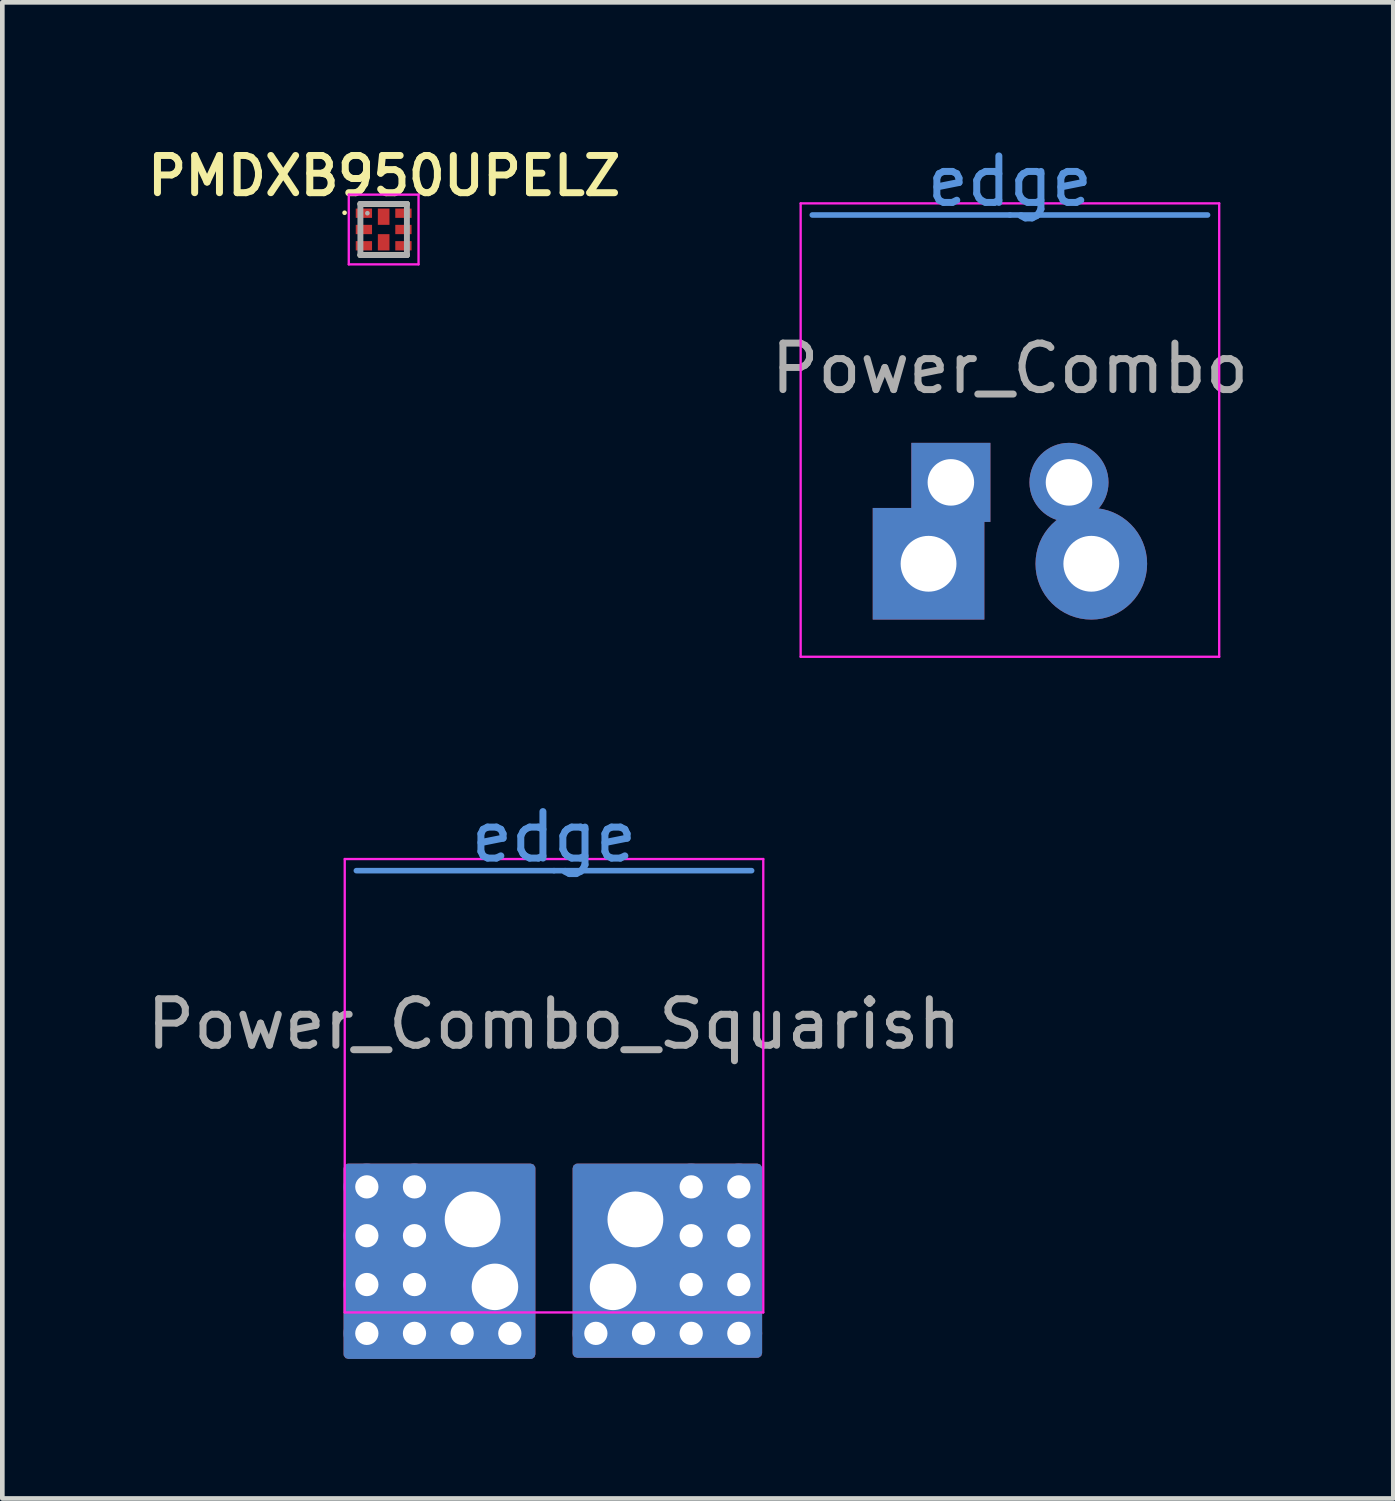
<source format=kicad_pcb>
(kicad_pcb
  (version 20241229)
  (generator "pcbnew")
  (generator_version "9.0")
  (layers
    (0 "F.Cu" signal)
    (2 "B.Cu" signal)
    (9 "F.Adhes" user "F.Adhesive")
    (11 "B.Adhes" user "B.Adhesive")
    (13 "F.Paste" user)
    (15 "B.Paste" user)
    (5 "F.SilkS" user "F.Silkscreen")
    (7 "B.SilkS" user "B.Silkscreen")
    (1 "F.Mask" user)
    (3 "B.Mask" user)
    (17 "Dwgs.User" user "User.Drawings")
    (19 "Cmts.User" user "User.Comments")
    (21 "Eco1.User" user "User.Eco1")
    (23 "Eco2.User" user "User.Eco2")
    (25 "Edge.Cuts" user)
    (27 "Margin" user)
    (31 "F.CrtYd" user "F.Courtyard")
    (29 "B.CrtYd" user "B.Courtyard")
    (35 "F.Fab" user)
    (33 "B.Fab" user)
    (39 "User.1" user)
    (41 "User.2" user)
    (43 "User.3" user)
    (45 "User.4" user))
  (footprint "Power_Combo_Squarish"
    (layer "F.Cu")
    (at 8.863 23.172)
    (property "Reference" "Power_Combo_Squarish" (at 0 -4.2 0) (layer "F.Fab") (effects (font (size 1 1) (thickness 0.15))))
    (attr through_hole exclude_from_pos_files exclude_from_bom)
    (fp_line (start 0 -7.5) (end -4.25 -7.5) (stroke (width 0.12) (type solid)) (layer "Cmts.User"))
    (fp_line (start 0 -7.5) (end 4.25 -7.5) (stroke (width 0.12) (type solid)) (layer "Cmts.User"))
    (fp_line (start -4.5 -7.75) (end -4.5 2) (stroke (width 0.05) (type solid)) (layer "F.CrtYd"))
    (fp_line (start -4.5 2) (end 4.5 2) (stroke (width 0.05) (type solid)) (layer "F.CrtYd"))
    (fp_line (start 4.5 -7.75) (end -4.5 -7.75) (stroke (width 0.05) (type solid)) (layer "F.CrtYd"))
    (fp_line (start 4.5 2) (end 4.5 -7.75) (stroke (width 0.05) (type solid)) (layer "F.CrtYd"))
    (fp_text user "edge" (at 0 -8.225 0) (unlocked yes) (layer "Cmts.User") (effects (font (size 1 1) (thickness 0.15))))
    (pad "1" thru_hole circle (at -4.025 -0.7) (size 1 1) (drill 0.5) (layers "*.Cu" "*.Mask"))
    (pad "1" thru_hole circle (at -4.025 0.35) (size 1 1) (drill 0.5) (layers "*.Cu" "*.Mask"))
    (pad "1" thru_hole circle (at -4.025 1.4) (size 1 1) (drill 0.5) (layers "*.Cu" "*.Mask"))
    (pad "1" thru_hole circle (at -4.025 2.45) (size 1 1) (drill 0.5) (layers "*.Cu" "*.Mask"))
    (pad "1" thru_hole circle (at -3 -0.7) (size 1 1) (drill 0.5) (layers "*.Cu" "*.Mask"))
    (pad "1" thru_hole circle (at -3 0.35) (size 1 1) (drill 0.5) (layers "*.Cu" "*.Mask"))
    (pad "1" thru_hole circle (at -3 1.4) (size 1 1) (drill 0.5) (layers "*.Cu" "*.Mask"))
    (pad "1" thru_hole circle (at -3 2.45) (size 1 1) (drill 0.5) (layers "*.Cu" "*.Mask"))
    (pad "1" thru_hole circle (at -1.975 2.45) (size 1 1) (drill 0.5) (layers "*.Cu" "*.Mask"))
    (pad "1" thru_hole custom (at -1.75 0) (size 2.4 2.4) (drill 1.2) (layers "*.Cu" "*.Mask") (options (anchor rect)) (primitives (gr_poly (pts (xy 1.25 -1.1) (xy -2.675 -1.1) (xy -2.675 2.9) (xy 1.25 2.9)) (width 0.2) (fill yes))))
    (pad "1" thru_hole rect (at -1.27 1.45) (size 1.7 1.7) (drill 1) (layers "*.Cu" "*.Mask"))
    (pad "1" thru_hole circle (at -0.95 2.45) (size 1 1) (drill 0.5) (layers "*.Cu" "*.Mask"))
    (pad "2" thru_hole circle (at 0.9 2.45) (size 1 1) (drill 0.5) (layers "*.Cu" "*.Mask"))
    (pad "2" thru_hole circle (at 1.27 1.45) (size 1.7 1.7) (drill 1) (layers "*.Cu" "*.Mask"))
    (pad "2" thru_hole custom (at 1.75 0) (size 2.4 2.4) (drill 1.2) (layers "*.Cu" "*.Mask") (options (anchor circle)) (primitives (gr_poly (pts (xy -1.25 -1.1) (xy -1.25 2.875) (xy 2.625 2.875) (xy 2.625 -1.1)) (width 0.2) (fill yes))))
    (pad "2" thru_hole circle (at 1.925 2.45) (size 1 1) (drill 0.5) (layers "*.Cu" "*.Mask"))
    (pad "2" thru_hole circle (at 2.95 -0.7) (size 1 1) (drill 0.5) (layers "*.Cu" "*.Mask"))
    (pad "2" thru_hole circle (at 2.95 0.35) (size 1 1) (drill 0.5) (layers "*.Cu" "*.Mask"))
    (pad "2" thru_hole circle (at 2.95 1.4) (size 1 1) (drill 0.5) (layers "*.Cu" "*.Mask"))
    (pad "2" thru_hole circle (at 2.95 2.45) (size 1 1) (drill 0.5) (layers "*.Cu" "*.Mask"))
    (pad "2" thru_hole circle (at 3.975 -0.7) (size 1 1) (drill 0.5) (layers "*.Cu" "*.Mask"))
    (pad "2" thru_hole circle (at 3.975 0.35) (size 1 1) (drill 0.5) (layers "*.Cu" "*.Mask"))
    (pad "2" thru_hole circle (at 3.975 1.4) (size 1 1) (drill 0.5) (layers "*.Cu" "*.Mask"))
    (pad "2" thru_hole circle (at 3.975 2.45) (size 1 1) (drill 0.5) (layers "*.Cu" "*.Mask")))
  (footprint "Power_Combo"
    (layer "F.Cu")
    (at 18.667 9.073)
    (property "Reference" "Power_Combo" (at 0 -4.2 0) (layer "F.Fab") (effects (font (size 1 1) (thickness 0.15))))
    (attr through_hole exclude_from_pos_files exclude_from_bom)
    (fp_line (start 0 -7.5) (end -4.25 -7.5) (stroke (width 0.12) (type solid)) (layer "Cmts.User"))
    (fp_line (start 0 -7.5) (end 4.25 -7.5) (stroke (width 0.12) (type solid)) (layer "Cmts.User"))
    (fp_line (start -4.5 -7.75) (end -4.5 2) (stroke (width 0.05) (type solid)) (layer "F.CrtYd"))
    (fp_line (start -4.5 2) (end 4.5 2) (stroke (width 0.05) (type solid)) (layer "F.CrtYd"))
    (fp_line (start 4.5 -7.75) (end -4.5 -7.75) (stroke (width 0.05) (type solid)) (layer "F.CrtYd"))
    (fp_line (start 4.5 2) (end 4.5 -7.75) (stroke (width 0.05) (type solid)) (layer "F.CrtYd"))
    (fp_text user "edge" (at 0 -8.225 0) (unlocked yes) (layer "Cmts.User") (effects (font (size 1 1) (thickness 0.15))))
    (pad "1" thru_hole rect (at -1.75 0) (size 2.4 2.4) (drill 1.2) (layers "*.Cu" "*.Mask"))
    (pad "1" thru_hole rect (at -1.27 -1.75) (size 1.7 1.7) (drill 1) (layers "*.Cu" "*.Mask"))
    (pad "2" thru_hole circle (at 1.27 -1.75) (size 1.7 1.7) (drill 1) (layers "*.Cu" "*.Mask"))
    (pad "2" thru_hole circle (at 1.75 0) (size 2.4 2.4) (drill 1.2) (layers "*.Cu" "*.Mask")))
  (footprint "PMDXB950UPELZ"
    (layer "F.Cu")
    (at 5.2 1.885)
    (property "Reference" "PMDXB950UPELZ" (at 0.012 -1.154 0) (layer "F.SilkS") (effects (font (size 0.8 0.8) (thickness 0.15))))
    (attr smd)
    (fp_poly (pts (xy -0.601 -0.15) (xy -0.25 -0.15) (xy -0.25 0.15) (xy -0.601 0.15)) (stroke (width 0.01) (type solid)) (fill yes) (layer "F.Mask"))
    (fp_poly (pts (xy -0.601 0.2) (xy -0.25 0.2) (xy -0.25 0.501) (xy -0.601 0.501)) (stroke (width 0.01) (type solid)) (fill yes) (layer "F.Mask"))
    (fp_poly (pts (xy -0.6 -0.5) (xy -0.25 -0.5) (xy -0.25 -0.2) (xy -0.6 -0.2)) (stroke (width 0.01) (type solid)) (fill yes) (layer "F.Mask"))
    (fp_poly (pts (xy -0.175 0.05) (xy 0.175 0.05) (xy 0.175 0.501) (xy -0.175 0.501)) (stroke (width 0.01) (type solid)) (fill yes) (layer "F.Mask"))
    (fp_poly (pts (xy -0.175 -0.5) (xy 0.175 -0.5) (xy 0.175 -0.05) (xy -0.175 -0.05)) (stroke (width 0.01) (type solid)) (fill yes) (layer "F.Mask"))
    (fp_poly (pts (xy 0.25 -0.5) (xy 0.6 -0.5) (xy 0.6 -0.2) (xy 0.25 -0.2)) (stroke (width 0.01) (type solid)) (fill yes) (layer "F.Mask"))
    (fp_poly (pts (xy 0.25 -0.15) (xy 0.6 -0.15) (xy 0.6 0.15) (xy 0.25 0.15)) (stroke (width 0.01) (type solid)) (fill yes) (layer "F.Mask"))
    (fp_poly (pts (xy 0.25 0.2) (xy 0.6 0.2) (xy 0.6 0.5) (xy 0.25 0.5)) (stroke (width 0.01) (type solid)) (fill yes) (layer "F.Mask"))
    (fp_line (start -0.5 -0.55) (end 0.5 -0.55) (stroke (width 0.127) (type solid)) (layer "F.SilkS"))
    (fp_line (start 0.5 0.55) (end -0.5 0.55) (stroke (width 0.127) (type solid)) (layer "F.SilkS"))
    (fp_circle (center -0.84 -0.36) (end -0.815 -0.36) (stroke (width 0.05) (type solid)) (fill no) (layer "F.SilkS"))
    (fp_poly (pts (xy -0.551 -0.45) (xy -0.3 -0.45) (xy -0.3 -0.25) (xy -0.551 -0.25)) (stroke (width 0.01) (type solid)) (fill yes) (layer "F.Paste"))
    (fp_poly (pts (xy -0.55 -0.1) (xy -0.3 -0.1) (xy -0.3 0.1) (xy -0.55 0.1)) (stroke (width 0.01) (type solid)) (fill yes) (layer "F.Paste"))
    (fp_poly (pts (xy -0.55 0.25) (xy -0.3 0.25) (xy -0.3 0.45) (xy -0.55 0.45)) (stroke (width 0.01) (type solid)) (fill yes) (layer "F.Paste"))
    (fp_poly (pts (xy -0.079 0.165) (xy 0.079 0.165) (xy 0.079 0.386) (xy -0.079 0.386)) (stroke (width 0.01) (type solid)) (fill yes) (layer "F.Paste"))
    (fp_poly (pts (xy -0.079 -0.386) (xy 0.079 -0.386) (xy 0.079 -0.165) (xy -0.079 -0.165)) (stroke (width 0.01) (type solid)) (fill yes) (layer "F.Paste"))
    (fp_poly (pts (xy 0.3 -0.45) (xy 0.55 -0.45) (xy 0.55 -0.25) (xy 0.3 -0.25)) (stroke (width 0.01) (type solid)) (fill yes) (layer "F.Paste"))
    (fp_poly (pts (xy 0.3 0.25) (xy 0.55 0.25) (xy 0.55 0.45) (xy 0.3 0.45)) (stroke (width 0.01) (type solid)) (fill yes) (layer "F.Paste"))
    (fp_poly (pts (xy 0.301 -0.1) (xy 0.55 -0.1) (xy 0.55 0.1) (xy 0.301 0.1)) (stroke (width 0.01) (type solid)) (fill yes) (layer "F.Paste"))
    (fp_line (start -0.75 -0.75) (end 0.75 -0.75) (stroke (width 0.05) (type solid)) (layer "F.CrtYd"))
    (fp_line (start -0.75 0.75) (end -0.75 -0.75) (stroke (width 0.05) (type solid)) (layer "F.CrtYd"))
    (fp_line (start 0.75 -0.75) (end 0.75 0.75) (stroke (width 0.05) (type solid)) (layer "F.CrtYd"))
    (fp_line (start 0.75 0.75) (end -0.75 0.75) (stroke (width 0.05) (type solid)) (layer "F.CrtYd"))
    (fp_line (start -0.5 -0.55) (end 0.5 -0.55) (stroke (width 0.127) (type solid)) (layer "F.Fab"))
    (fp_line (start -0.5 0.55) (end -0.5 -0.55) (stroke (width 0.127) (type solid)) (layer "F.Fab"))
    (fp_line (start 0.5 -0.55) (end 0.5 0.55) (stroke (width 0.127) (type solid)) (layer "F.Fab"))
    (fp_line (start 0.5 0.55) (end -0.5 0.55) (stroke (width 0.127) (type solid)) (layer "F.Fab"))
    (fp_circle (center -0.35 -0.35) (end -0.325 -0.35) (stroke (width 0.05) (type solid)) (fill no) (layer "F.Fab"))
    (pad "1" smd rect (at -0.425 -0.35) (size 0.35 0.2) (layers "F.Cu"))
    (pad "2" smd rect (at -0.425 0) (size 0.35 0.2) (layers "F.Cu"))
    (pad "3" smd rect (at -0.425 0.35) (size 0.35 0.2) (layers "F.Cu"))
    (pad "4" smd rect (at 0.425 0.35) (size 0.35 0.2) (layers "F.Cu"))
    (pad "5" smd rect (at 0.425 0) (size 0.35 0.2) (layers "F.Cu"))
    (pad "6" smd rect (at 0.425 -0.35) (size 0.35 0.2) (layers "F.Cu"))
    (pad "7" smd rect (at 0 -0.275) (size 0.25 0.35) (layers "F.Cu"))
    (pad "8" smd rect (at 0 0.275) (size 0.25 0.35) (layers "F.Cu")))
  (gr_rect
    (start -3 -3)
    (end 26.911 29.172)
    (stroke (width 0.1) (type default))
    (fill no)
    (layer "Edge.Cuts")))
</source>
